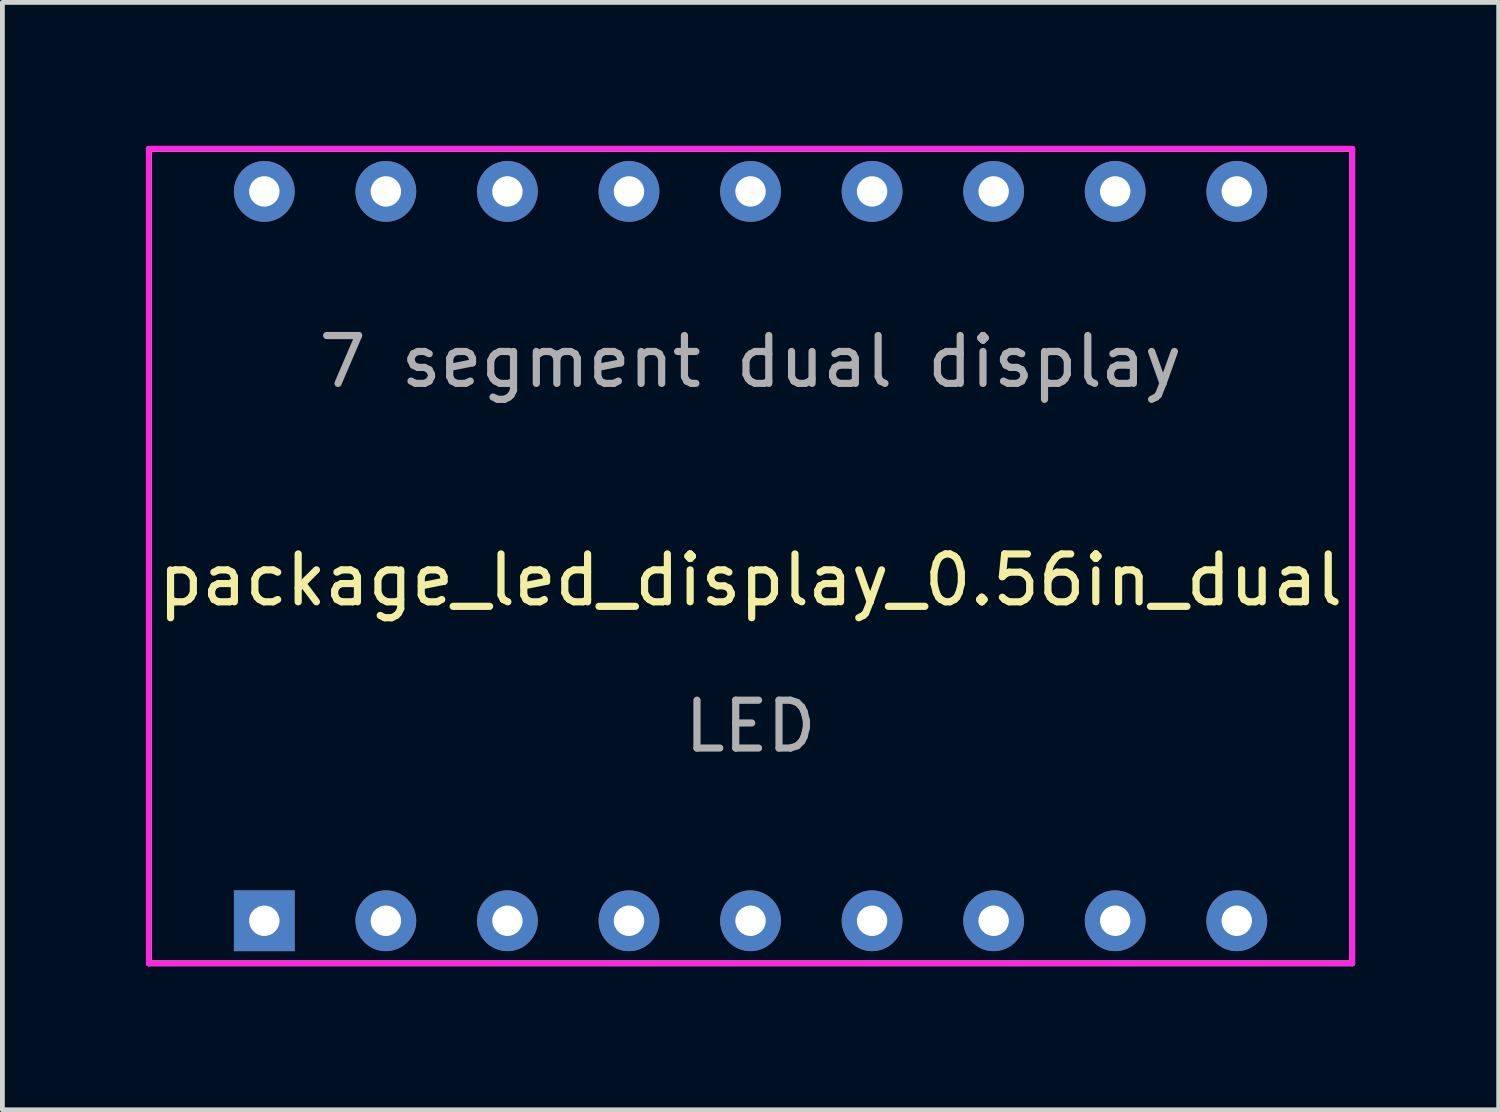
<source format=kicad_pcb>
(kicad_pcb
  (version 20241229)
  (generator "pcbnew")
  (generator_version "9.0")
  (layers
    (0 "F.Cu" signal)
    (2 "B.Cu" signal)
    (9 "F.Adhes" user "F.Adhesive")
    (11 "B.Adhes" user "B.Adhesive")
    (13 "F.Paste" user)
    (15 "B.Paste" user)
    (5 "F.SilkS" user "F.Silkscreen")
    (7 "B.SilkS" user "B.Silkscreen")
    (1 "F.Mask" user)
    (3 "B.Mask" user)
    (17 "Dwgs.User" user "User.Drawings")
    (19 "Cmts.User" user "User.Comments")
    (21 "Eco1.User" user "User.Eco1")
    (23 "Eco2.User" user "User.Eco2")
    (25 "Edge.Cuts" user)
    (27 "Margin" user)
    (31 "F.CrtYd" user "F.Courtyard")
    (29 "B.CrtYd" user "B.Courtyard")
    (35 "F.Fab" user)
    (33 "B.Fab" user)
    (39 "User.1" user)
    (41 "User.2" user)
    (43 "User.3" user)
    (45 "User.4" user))
  (footprint "package_led_display_0.56in_dual"
    (layer "F.Cu")
    (at 12.633 8.57)
    (property "Reference" "package_led_display_0.56in_dual" (at 0 0.5 0) (layer "F.SilkS") (effects (font (size 1 1) (thickness 0.15))))
    (attr through_hole)
    (fp_line (start -12.573 -8.51) (end -12.573 8.51) (stroke (width 0.12) (type solid)) (layer "F.SilkS"))
    (fp_line (start -12.573 -8.51) (end 12.573 -8.51) (stroke (width 0.12) (type solid)) (layer "F.SilkS"))
    (fp_line (start -12.573 8.51) (end 12.573 8.51) (stroke (width 0.12) (type solid)) (layer "F.SilkS"))
    (fp_line (start 12.573 -8.51) (end 12.573 8.51) (stroke (width 0.12) (type solid)) (layer "F.SilkS"))
    (fp_line (start -12.573 -8.51) (end -12.573 8.51) (stroke (width 0.12) (type solid)) (layer "F.CrtYd"))
    (fp_line (start -12.573 -8.51) (end 12.573 -8.51) (stroke (width 0.12) (type solid)) (layer "F.CrtYd"))
    (fp_line (start -12.573 8.51) (end 12.573 8.51) (stroke (width 0.12) (type solid)) (layer "F.CrtYd"))
    (fp_line (start 12.573 -8.51) (end 12.573 8.51) (stroke (width 0.12) (type solid)) (layer "F.CrtYd"))
    (fp_text user "7 segment dual display" (at 0 -4.064 0) (layer "F.Fab") (effects (font (size 1 1) (thickness 0.15))))
    (fp_text user "LED" (at 0 3.556 0) (layer "F.Fab") (effects (font (size 1 1) (thickness 0.15))))
    (pad "1" thru_hole rect (at -10.16 7.62) (size 1.27 1.27) (drill 0.635) (layers "*.Cu" "*.Mask"))
    (pad "2" thru_hole circle (at -7.62 7.62) (size 1.27 1.27) (drill 0.635) (layers "*.Cu" "*.Mask"))
    (pad "3" thru_hole circle (at -5.08 7.62) (size 1.27 1.27) (drill 0.635) (layers "*.Cu" "*.Mask"))
    (pad "4" thru_hole circle (at -2.54 7.62) (size 1.27 1.27) (drill 0.635) (layers "*.Cu" "*.Mask"))
    (pad "5" thru_hole circle (at 0 7.62) (size 1.27 1.27) (drill 0.635) (layers "*.Cu" "*.Mask"))
    (pad "6" thru_hole circle (at 2.54 7.62) (size 1.27 1.27) (drill 0.635) (layers "*.Cu" "*.Mask"))
    (pad "7" thru_hole circle (at 5.08 7.62) (size 1.27 1.27) (drill 0.635) (layers "*.Cu" "*.Mask"))
    (pad "8" thru_hole circle (at 7.62 7.62) (size 1.27 1.27) (drill 0.635) (layers "*.Cu" "*.Mask"))
    (pad "9" thru_hole circle (at 10.16 7.62) (size 1.27 1.27) (drill 0.635) (layers "*.Cu" "*.Mask"))
    (pad "10" thru_hole circle (at 10.16 -7.62) (size 1.27 1.27) (drill 0.635) (layers "*.Cu" "*.Mask"))
    (pad "11" thru_hole circle (at 7.62 -7.62) (size 1.27 1.27) (drill 0.635) (layers "*.Cu" "*.Mask"))
    (pad "12" thru_hole circle (at 5.08 -7.62) (size 1.27 1.27) (drill 0.635) (layers "*.Cu" "*.Mask"))
    (pad "13" thru_hole circle (at 2.54 -7.62) (size 1.27 1.27) (drill 0.635) (layers "*.Cu" "*.Mask"))
    (pad "14" thru_hole circle (at 0 -7.62) (size 1.27 1.27) (drill 0.635) (layers "*.Cu" "*.Mask"))
    (pad "15" thru_hole circle (at -2.54 -7.62) (size 1.27 1.27) (drill 0.635) (layers "*.Cu" "*.Mask"))
    (pad "16" thru_hole circle (at -5.08 -7.62) (size 1.27 1.27) (drill 0.635) (layers "*.Cu" "*.Mask"))
    (pad "17" thru_hole circle (at -7.62 -7.62) (size 1.27 1.27) (drill 0.635) (layers "*.Cu" "*.Mask"))
    (pad "18" thru_hole circle (at -10.16 -7.62) (size 1.27 1.27) (drill 0.635) (layers "*.Cu" "*.Mask")))
  (gr_rect
    (start -3 -3)
    (end 28.266 20.14)
    (stroke (width 0.1) (type default))
    (fill no)
    (layer "Edge.Cuts")))
</source>
